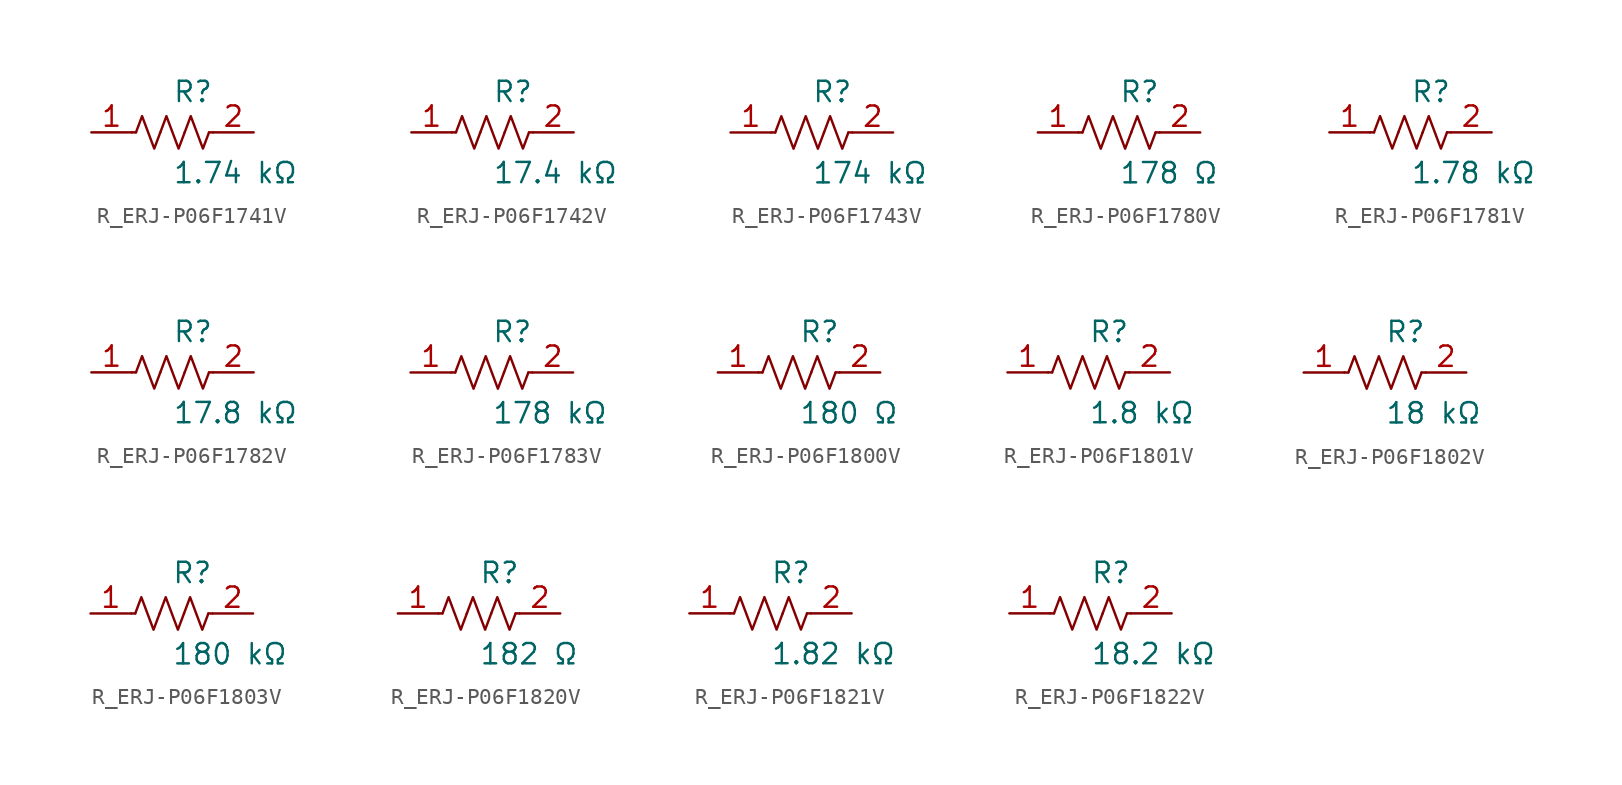
<source format=kicad_sym>
(kicad_symbol_lib
  (version 20231120)
  (generator kicad_symbol_editor)
  (generator_version 8.0)
  (symbol "R_ERJ-P06F1741V"
    (pin_names
      (offset 0.254))
    (property "Reference" "R"
      (at 0 2.54 0)
      (effects (font (size 1.27 1.27)) (justify left)))
    (property "Value" "1.74 kΩ"
      (at 0 -2.54 0)
      (effects (font (size 1.27 1.27)) (justify left)))
    (symbol "R_ERJ-P06F1741V_0_1"
      (polyline (pts (xy 2.286 0) (xy 2.54 0)) (stroke (width 0) (type default)) (fill (type none)))
      (polyline (pts (xy -2.286 0) (xy -2.54 0)) (stroke (width 0) (type default)) (fill (type none)))
      (polyline (pts (xy 0.762 0) (xy 1.143 1.016) (xy 1.524 0) (xy 1.905 -1.016) (xy 2.286 0)) (stroke (width 0) (type default)) (fill (type none)))
      (polyline (pts (xy -0.762 0) (xy -0.381 1.016) (xy 0 0) (xy 0.381 -1.016) (xy 0.762 0)) (stroke (width 0) (type default)) (fill (type none)))
      (polyline (pts (xy -2.286 0) (xy -1.905 1.016) (xy -1.524 0) (xy -1.143 -1.016) (xy -0.762 0)) (stroke (width 0) (type default)) (fill (type none))))
    (pin passive line
      (at -5.08 0 0)
      (length 2.54)
      (name "" (effects (font (size 1.27 1.27))))
      (number "1" (effects (font (size 1.27 1.27)))))
    (pin passive line
      (at 5.08 0 180)
      (length 2.54)
      (name "" (effects (font (size 1.27 1.27))))
      (number "2" (effects (font (size 1.27 1.27))))))
  (symbol "R_ERJ-P06F1742V"
    (pin_names
      (offset 0.254))
    (property "Reference" "R"
      (at 0 2.54 0)
      (effects (font (size 1.27 1.27)) (justify left)))
    (property "Value" "17.4 kΩ"
      (at 0 -2.54 0)
      (effects (font (size 1.27 1.27)) (justify left)))
    (symbol "R_ERJ-P06F1742V_0_1"
      (polyline (pts (xy 2.286 0) (xy 2.54 0)) (stroke (width 0) (type default)) (fill (type none)))
      (polyline (pts (xy -2.286 0) (xy -2.54 0)) (stroke (width 0) (type default)) (fill (type none)))
      (polyline (pts (xy 0.762 0) (xy 1.143 1.016) (xy 1.524 0) (xy 1.905 -1.016) (xy 2.286 0)) (stroke (width 0) (type default)) (fill (type none)))
      (polyline (pts (xy -0.762 0) (xy -0.381 1.016) (xy 0 0) (xy 0.381 -1.016) (xy 0.762 0)) (stroke (width 0) (type default)) (fill (type none)))
      (polyline (pts (xy -2.286 0) (xy -1.905 1.016) (xy -1.524 0) (xy -1.143 -1.016) (xy -0.762 0)) (stroke (width 0) (type default)) (fill (type none))))
    (pin passive line
      (at -5.08 0 0)
      (length 2.54)
      (name "" (effects (font (size 1.27 1.27))))
      (number "1" (effects (font (size 1.27 1.27)))))
    (pin passive line
      (at 5.08 0 180)
      (length 2.54)
      (name "" (effects (font (size 1.27 1.27))))
      (number "2" (effects (font (size 1.27 1.27))))))
  (symbol "R_ERJ-P06F1743V"
    (pin_names
      (offset 0.254))
    (property "Reference" "R"
      (at 0 2.54 0)
      (effects (font (size 1.27 1.27)) (justify left)))
    (property "Value" "174 kΩ"
      (at 0 -2.54 0)
      (effects (font (size 1.27 1.27)) (justify left)))
    (symbol "R_ERJ-P06F1743V_0_1"
      (polyline (pts (xy 2.286 0) (xy 2.54 0)) (stroke (width 0) (type default)) (fill (type none)))
      (polyline (pts (xy -2.286 0) (xy -2.54 0)) (stroke (width 0) (type default)) (fill (type none)))
      (polyline (pts (xy 0.762 0) (xy 1.143 1.016) (xy 1.524 0) (xy 1.905 -1.016) (xy 2.286 0)) (stroke (width 0) (type default)) (fill (type none)))
      (polyline (pts (xy -0.762 0) (xy -0.381 1.016) (xy 0 0) (xy 0.381 -1.016) (xy 0.762 0)) (stroke (width 0) (type default)) (fill (type none)))
      (polyline (pts (xy -2.286 0) (xy -1.905 1.016) (xy -1.524 0) (xy -1.143 -1.016) (xy -0.762 0)) (stroke (width 0) (type default)) (fill (type none))))
    (pin passive line
      (at -5.08 0 0)
      (length 2.54)
      (name "" (effects (font (size 1.27 1.27))))
      (number "1" (effects (font (size 1.27 1.27)))))
    (pin passive line
      (at 5.08 0 180)
      (length 2.54)
      (name "" (effects (font (size 1.27 1.27))))
      (number "2" (effects (font (size 1.27 1.27))))))
  (symbol "R_ERJ-P06F1780V"
    (pin_names
      (offset 0.254))
    (property "Reference" "R"
      (at 0 2.54 0)
      (effects (font (size 1.27 1.27)) (justify left)))
    (property "Value" "178 Ω"
      (at 0 -2.54 0)
      (effects (font (size 1.27 1.27)) (justify left)))
    (symbol "R_ERJ-P06F1780V_0_1"
      (polyline (pts (xy 2.286 0) (xy 2.54 0)) (stroke (width 0) (type default)) (fill (type none)))
      (polyline (pts (xy -2.286 0) (xy -2.54 0)) (stroke (width 0) (type default)) (fill (type none)))
      (polyline (pts (xy 0.762 0) (xy 1.143 1.016) (xy 1.524 0) (xy 1.905 -1.016) (xy 2.286 0)) (stroke (width 0) (type default)) (fill (type none)))
      (polyline (pts (xy -0.762 0) (xy -0.381 1.016) (xy 0 0) (xy 0.381 -1.016) (xy 0.762 0)) (stroke (width 0) (type default)) (fill (type none)))
      (polyline (pts (xy -2.286 0) (xy -1.905 1.016) (xy -1.524 0) (xy -1.143 -1.016) (xy -0.762 0)) (stroke (width 0) (type default)) (fill (type none))))
    (pin passive line
      (at -5.08 0 0)
      (length 2.54)
      (name "" (effects (font (size 1.27 1.27))))
      (number "1" (effects (font (size 1.27 1.27)))))
    (pin passive line
      (at 5.08 0 180)
      (length 2.54)
      (name "" (effects (font (size 1.27 1.27))))
      (number "2" (effects (font (size 1.27 1.27))))))
  (symbol "R_ERJ-P06F1781V"
    (pin_names
      (offset 0.254))
    (property "Reference" "R"
      (at 0 2.54 0)
      (effects (font (size 1.27 1.27)) (justify left)))
    (property "Value" "1.78 kΩ"
      (at 0 -2.54 0)
      (effects (font (size 1.27 1.27)) (justify left)))
    (symbol "R_ERJ-P06F1781V_0_1"
      (polyline (pts (xy 2.286 0) (xy 2.54 0)) (stroke (width 0) (type default)) (fill (type none)))
      (polyline (pts (xy -2.286 0) (xy -2.54 0)) (stroke (width 0) (type default)) (fill (type none)))
      (polyline (pts (xy 0.762 0) (xy 1.143 1.016) (xy 1.524 0) (xy 1.905 -1.016) (xy 2.286 0)) (stroke (width 0) (type default)) (fill (type none)))
      (polyline (pts (xy -0.762 0) (xy -0.381 1.016) (xy 0 0) (xy 0.381 -1.016) (xy 0.762 0)) (stroke (width 0) (type default)) (fill (type none)))
      (polyline (pts (xy -2.286 0) (xy -1.905 1.016) (xy -1.524 0) (xy -1.143 -1.016) (xy -0.762 0)) (stroke (width 0) (type default)) (fill (type none))))
    (pin passive line
      (at -5.08 0 0)
      (length 2.54)
      (name "" (effects (font (size 1.27 1.27))))
      (number "1" (effects (font (size 1.27 1.27)))))
    (pin passive line
      (at 5.08 0 180)
      (length 2.54)
      (name "" (effects (font (size 1.27 1.27))))
      (number "2" (effects (font (size 1.27 1.27))))))
  (symbol "R_ERJ-P06F1782V"
    (pin_names
      (offset 0.254))
    (property "Reference" "R"
      (at 0 2.54 0)
      (effects (font (size 1.27 1.27)) (justify left)))
    (property "Value" "17.8 kΩ"
      (at 0 -2.54 0)
      (effects (font (size 1.27 1.27)) (justify left)))
    (symbol "R_ERJ-P06F1782V_0_1"
      (polyline (pts (xy 2.286 0) (xy 2.54 0)) (stroke (width 0) (type default)) (fill (type none)))
      (polyline (pts (xy -2.286 0) (xy -2.54 0)) (stroke (width 0) (type default)) (fill (type none)))
      (polyline (pts (xy 0.762 0) (xy 1.143 1.016) (xy 1.524 0) (xy 1.905 -1.016) (xy 2.286 0)) (stroke (width 0) (type default)) (fill (type none)))
      (polyline (pts (xy -0.762 0) (xy -0.381 1.016) (xy 0 0) (xy 0.381 -1.016) (xy 0.762 0)) (stroke (width 0) (type default)) (fill (type none)))
      (polyline (pts (xy -2.286 0) (xy -1.905 1.016) (xy -1.524 0) (xy -1.143 -1.016) (xy -0.762 0)) (stroke (width 0) (type default)) (fill (type none))))
    (pin passive line
      (at -5.08 0 0)
      (length 2.54)
      (name "" (effects (font (size 1.27 1.27))))
      (number "1" (effects (font (size 1.27 1.27)))))
    (pin passive line
      (at 5.08 0 180)
      (length 2.54)
      (name "" (effects (font (size 1.27 1.27))))
      (number "2" (effects (font (size 1.27 1.27))))))
  (symbol "R_ERJ-P06F1783V"
    (pin_names
      (offset 0.254))
    (property "Reference" "R"
      (at 0 2.54 0)
      (effects (font (size 1.27 1.27)) (justify left)))
    (property "Value" "178 kΩ"
      (at 0 -2.54 0)
      (effects (font (size 1.27 1.27)) (justify left)))
    (symbol "R_ERJ-P06F1783V_0_1"
      (polyline (pts (xy 2.286 0) (xy 2.54 0)) (stroke (width 0) (type default)) (fill (type none)))
      (polyline (pts (xy -2.286 0) (xy -2.54 0)) (stroke (width 0) (type default)) (fill (type none)))
      (polyline (pts (xy 0.762 0) (xy 1.143 1.016) (xy 1.524 0) (xy 1.905 -1.016) (xy 2.286 0)) (stroke (width 0) (type default)) (fill (type none)))
      (polyline (pts (xy -0.762 0) (xy -0.381 1.016) (xy 0 0) (xy 0.381 -1.016) (xy 0.762 0)) (stroke (width 0) (type default)) (fill (type none)))
      (polyline (pts (xy -2.286 0) (xy -1.905 1.016) (xy -1.524 0) (xy -1.143 -1.016) (xy -0.762 0)) (stroke (width 0) (type default)) (fill (type none))))
    (pin passive line
      (at -5.08 0 0)
      (length 2.54)
      (name "" (effects (font (size 1.27 1.27))))
      (number "1" (effects (font (size 1.27 1.27)))))
    (pin passive line
      (at 5.08 0 180)
      (length 2.54)
      (name "" (effects (font (size 1.27 1.27))))
      (number "2" (effects (font (size 1.27 1.27))))))
  (symbol "R_ERJ-P06F1800V"
    (pin_names
      (offset 0.254))
    (property "Reference" "R"
      (at 0 2.54 0)
      (effects (font (size 1.27 1.27)) (justify left)))
    (property "Value" "180 Ω"
      (at 0 -2.54 0)
      (effects (font (size 1.27 1.27)) (justify left)))
    (symbol "R_ERJ-P06F1800V_0_1"
      (polyline (pts (xy 2.286 0) (xy 2.54 0)) (stroke (width 0) (type default)) (fill (type none)))
      (polyline (pts (xy -2.286 0) (xy -2.54 0)) (stroke (width 0) (type default)) (fill (type none)))
      (polyline (pts (xy 0.762 0) (xy 1.143 1.016) (xy 1.524 0) (xy 1.905 -1.016) (xy 2.286 0)) (stroke (width 0) (type default)) (fill (type none)))
      (polyline (pts (xy -0.762 0) (xy -0.381 1.016) (xy 0 0) (xy 0.381 -1.016) (xy 0.762 0)) (stroke (width 0) (type default)) (fill (type none)))
      (polyline (pts (xy -2.286 0) (xy -1.905 1.016) (xy -1.524 0) (xy -1.143 -1.016) (xy -0.762 0)) (stroke (width 0) (type default)) (fill (type none))))
    (pin passive line
      (at -5.08 0 0)
      (length 2.54)
      (name "" (effects (font (size 1.27 1.27))))
      (number "1" (effects (font (size 1.27 1.27)))))
    (pin passive line
      (at 5.08 0 180)
      (length 2.54)
      (name "" (effects (font (size 1.27 1.27))))
      (number "2" (effects (font (size 1.27 1.27))))))
  (symbol "R_ERJ-P06F1801V"
    (pin_names
      (offset 0.254))
    (property "Reference" "R"
      (at 0 2.54 0)
      (effects (font (size 1.27 1.27)) (justify left)))
    (property "Value" "1.8 kΩ"
      (at 0 -2.54 0)
      (effects (font (size 1.27 1.27)) (justify left)))
    (symbol "R_ERJ-P06F1801V_0_1"
      (polyline (pts (xy 2.286 0) (xy 2.54 0)) (stroke (width 0) (type default)) (fill (type none)))
      (polyline (pts (xy -2.286 0) (xy -2.54 0)) (stroke (width 0) (type default)) (fill (type none)))
      (polyline (pts (xy 0.762 0) (xy 1.143 1.016) (xy 1.524 0) (xy 1.905 -1.016) (xy 2.286 0)) (stroke (width 0) (type default)) (fill (type none)))
      (polyline (pts (xy -0.762 0) (xy -0.381 1.016) (xy 0 0) (xy 0.381 -1.016) (xy 0.762 0)) (stroke (width 0) (type default)) (fill (type none)))
      (polyline (pts (xy -2.286 0) (xy -1.905 1.016) (xy -1.524 0) (xy -1.143 -1.016) (xy -0.762 0)) (stroke (width 0) (type default)) (fill (type none))))
    (pin passive line
      (at -5.08 0 0)
      (length 2.54)
      (name "" (effects (font (size 1.27 1.27))))
      (number "1" (effects (font (size 1.27 1.27)))))
    (pin passive line
      (at 5.08 0 180)
      (length 2.54)
      (name "" (effects (font (size 1.27 1.27))))
      (number "2" (effects (font (size 1.27 1.27))))))
  (symbol "R_ERJ-P06F1802V"
    (pin_names
      (offset 0.254))
    (property "Reference" "R"
      (at 0 2.54 0)
      (effects (font (size 1.27 1.27)) (justify left)))
    (property "Value" "18 kΩ"
      (at 0 -2.54 0)
      (effects (font (size 1.27 1.27)) (justify left)))
    (symbol "R_ERJ-P06F1802V_0_1"
      (polyline (pts (xy 2.286 0) (xy 2.54 0)) (stroke (width 0) (type default)) (fill (type none)))
      (polyline (pts (xy -2.286 0) (xy -2.54 0)) (stroke (width 0) (type default)) (fill (type none)))
      (polyline (pts (xy 0.762 0) (xy 1.143 1.016) (xy 1.524 0) (xy 1.905 -1.016) (xy 2.286 0)) (stroke (width 0) (type default)) (fill (type none)))
      (polyline (pts (xy -0.762 0) (xy -0.381 1.016) (xy 0 0) (xy 0.381 -1.016) (xy 0.762 0)) (stroke (width 0) (type default)) (fill (type none)))
      (polyline (pts (xy -2.286 0) (xy -1.905 1.016) (xy -1.524 0) (xy -1.143 -1.016) (xy -0.762 0)) (stroke (width 0) (type default)) (fill (type none))))
    (pin passive line
      (at -5.08 0 0)
      (length 2.54)
      (name "" (effects (font (size 1.27 1.27))))
      (number "1" (effects (font (size 1.27 1.27)))))
    (pin passive line
      (at 5.08 0 180)
      (length 2.54)
      (name "" (effects (font (size 1.27 1.27))))
      (number "2" (effects (font (size 1.27 1.27))))))
  (symbol "R_ERJ-P06F1803V"
    (pin_names
      (offset 0.254))
    (property "Reference" "R"
      (at 0 2.54 0)
      (effects (font (size 1.27 1.27)) (justify left)))
    (property "Value" "180 kΩ"
      (at 0 -2.54 0)
      (effects (font (size 1.27 1.27)) (justify left)))
    (symbol "R_ERJ-P06F1803V_0_1"
      (polyline (pts (xy 2.286 0) (xy 2.54 0)) (stroke (width 0) (type default)) (fill (type none)))
      (polyline (pts (xy -2.286 0) (xy -2.54 0)) (stroke (width 0) (type default)) (fill (type none)))
      (polyline (pts (xy 0.762 0) (xy 1.143 1.016) (xy 1.524 0) (xy 1.905 -1.016) (xy 2.286 0)) (stroke (width 0) (type default)) (fill (type none)))
      (polyline (pts (xy -0.762 0) (xy -0.381 1.016) (xy 0 0) (xy 0.381 -1.016) (xy 0.762 0)) (stroke (width 0) (type default)) (fill (type none)))
      (polyline (pts (xy -2.286 0) (xy -1.905 1.016) (xy -1.524 0) (xy -1.143 -1.016) (xy -0.762 0)) (stroke (width 0) (type default)) (fill (type none))))
    (pin passive line
      (at -5.08 0 0)
      (length 2.54)
      (name "" (effects (font (size 1.27 1.27))))
      (number "1" (effects (font (size 1.27 1.27)))))
    (pin passive line
      (at 5.08 0 180)
      (length 2.54)
      (name "" (effects (font (size 1.27 1.27))))
      (number "2" (effects (font (size 1.27 1.27))))))
  (symbol "R_ERJ-P06F1820V"
    (pin_names
      (offset 0.254))
    (property "Reference" "R"
      (at 0 2.54 0)
      (effects (font (size 1.27 1.27)) (justify left)))
    (property "Value" "182 Ω"
      (at 0 -2.54 0)
      (effects (font (size 1.27 1.27)) (justify left)))
    (symbol "R_ERJ-P06F1820V_0_1"
      (polyline (pts (xy 2.286 0) (xy 2.54 0)) (stroke (width 0) (type default)) (fill (type none)))
      (polyline (pts (xy -2.286 0) (xy -2.54 0)) (stroke (width 0) (type default)) (fill (type none)))
      (polyline (pts (xy 0.762 0) (xy 1.143 1.016) (xy 1.524 0) (xy 1.905 -1.016) (xy 2.286 0)) (stroke (width 0) (type default)) (fill (type none)))
      (polyline (pts (xy -0.762 0) (xy -0.381 1.016) (xy 0 0) (xy 0.381 -1.016) (xy 0.762 0)) (stroke (width 0) (type default)) (fill (type none)))
      (polyline (pts (xy -2.286 0) (xy -1.905 1.016) (xy -1.524 0) (xy -1.143 -1.016) (xy -0.762 0)) (stroke (width 0) (type default)) (fill (type none))))
    (pin passive line
      (at -5.08 0 0)
      (length 2.54)
      (name "" (effects (font (size 1.27 1.27))))
      (number "1" (effects (font (size 1.27 1.27)))))
    (pin passive line
      (at 5.08 0 180)
      (length 2.54)
      (name "" (effects (font (size 1.27 1.27))))
      (number "2" (effects (font (size 1.27 1.27))))))
  (symbol "R_ERJ-P06F1821V"
    (pin_names
      (offset 0.254))
    (property "Reference" "R"
      (at 0 2.54 0)
      (effects (font (size 1.27 1.27)) (justify left)))
    (property "Value" "1.82 kΩ"
      (at 0 -2.54 0)
      (effects (font (size 1.27 1.27)) (justify left)))
    (symbol "R_ERJ-P06F1821V_0_1"
      (polyline (pts (xy 2.286 0) (xy 2.54 0)) (stroke (width 0) (type default)) (fill (type none)))
      (polyline (pts (xy -2.286 0) (xy -2.54 0)) (stroke (width 0) (type default)) (fill (type none)))
      (polyline (pts (xy 0.762 0) (xy 1.143 1.016) (xy 1.524 0) (xy 1.905 -1.016) (xy 2.286 0)) (stroke (width 0) (type default)) (fill (type none)))
      (polyline (pts (xy -0.762 0) (xy -0.381 1.016) (xy 0 0) (xy 0.381 -1.016) (xy 0.762 0)) (stroke (width 0) (type default)) (fill (type none)))
      (polyline (pts (xy -2.286 0) (xy -1.905 1.016) (xy -1.524 0) (xy -1.143 -1.016) (xy -0.762 0)) (stroke (width 0) (type default)) (fill (type none))))
    (pin passive line
      (at -5.08 0 0)
      (length 2.54)
      (name "" (effects (font (size 1.27 1.27))))
      (number "1" (effects (font (size 1.27 1.27)))))
    (pin passive line
      (at 5.08 0 180)
      (length 2.54)
      (name "" (effects (font (size 1.27 1.27))))
      (number "2" (effects (font (size 1.27 1.27))))))
  (symbol "R_ERJ-P06F1822V"
    (pin_names
      (offset 0.254))
    (property "Reference" "R"
      (at 0 2.54 0)
      (effects (font (size 1.27 1.27)) (justify left)))
    (property "Value" "18.2 kΩ"
      (at 0 -2.54 0)
      (effects (font (size 1.27 1.27)) (justify left)))
    (symbol "R_ERJ-P06F1822V_0_1"
      (polyline (pts (xy 2.286 0) (xy 2.54 0)) (stroke (width 0) (type default)) (fill (type none)))
      (polyline (pts (xy -2.286 0) (xy -2.54 0)) (stroke (width 0) (type default)) (fill (type none)))
      (polyline (pts (xy 0.762 0) (xy 1.143 1.016) (xy 1.524 0) (xy 1.905 -1.016) (xy 2.286 0)) (stroke (width 0) (type default)) (fill (type none)))
      (polyline (pts (xy -0.762 0) (xy -0.381 1.016) (xy 0 0) (xy 0.381 -1.016) (xy 0.762 0)) (stroke (width 0) (type default)) (fill (type none)))
      (polyline (pts (xy -2.286 0) (xy -1.905 1.016) (xy -1.524 0) (xy -1.143 -1.016) (xy -0.762 0)) (stroke (width 0) (type default)) (fill (type none))))
    (pin passive line
      (at -5.08 0 0)
      (length 2.54)
      (name "" (effects (font (size 1.27 1.27))))
      (number "1" (effects (font (size 1.27 1.27)))))
    (pin passive line
      (at 5.08 0 180)
      (length 2.54)
      (name "" (effects (font (size 1.27 1.27))))
      (number "2" (effects (font (size 1.27 1.27)))))))
</source>
